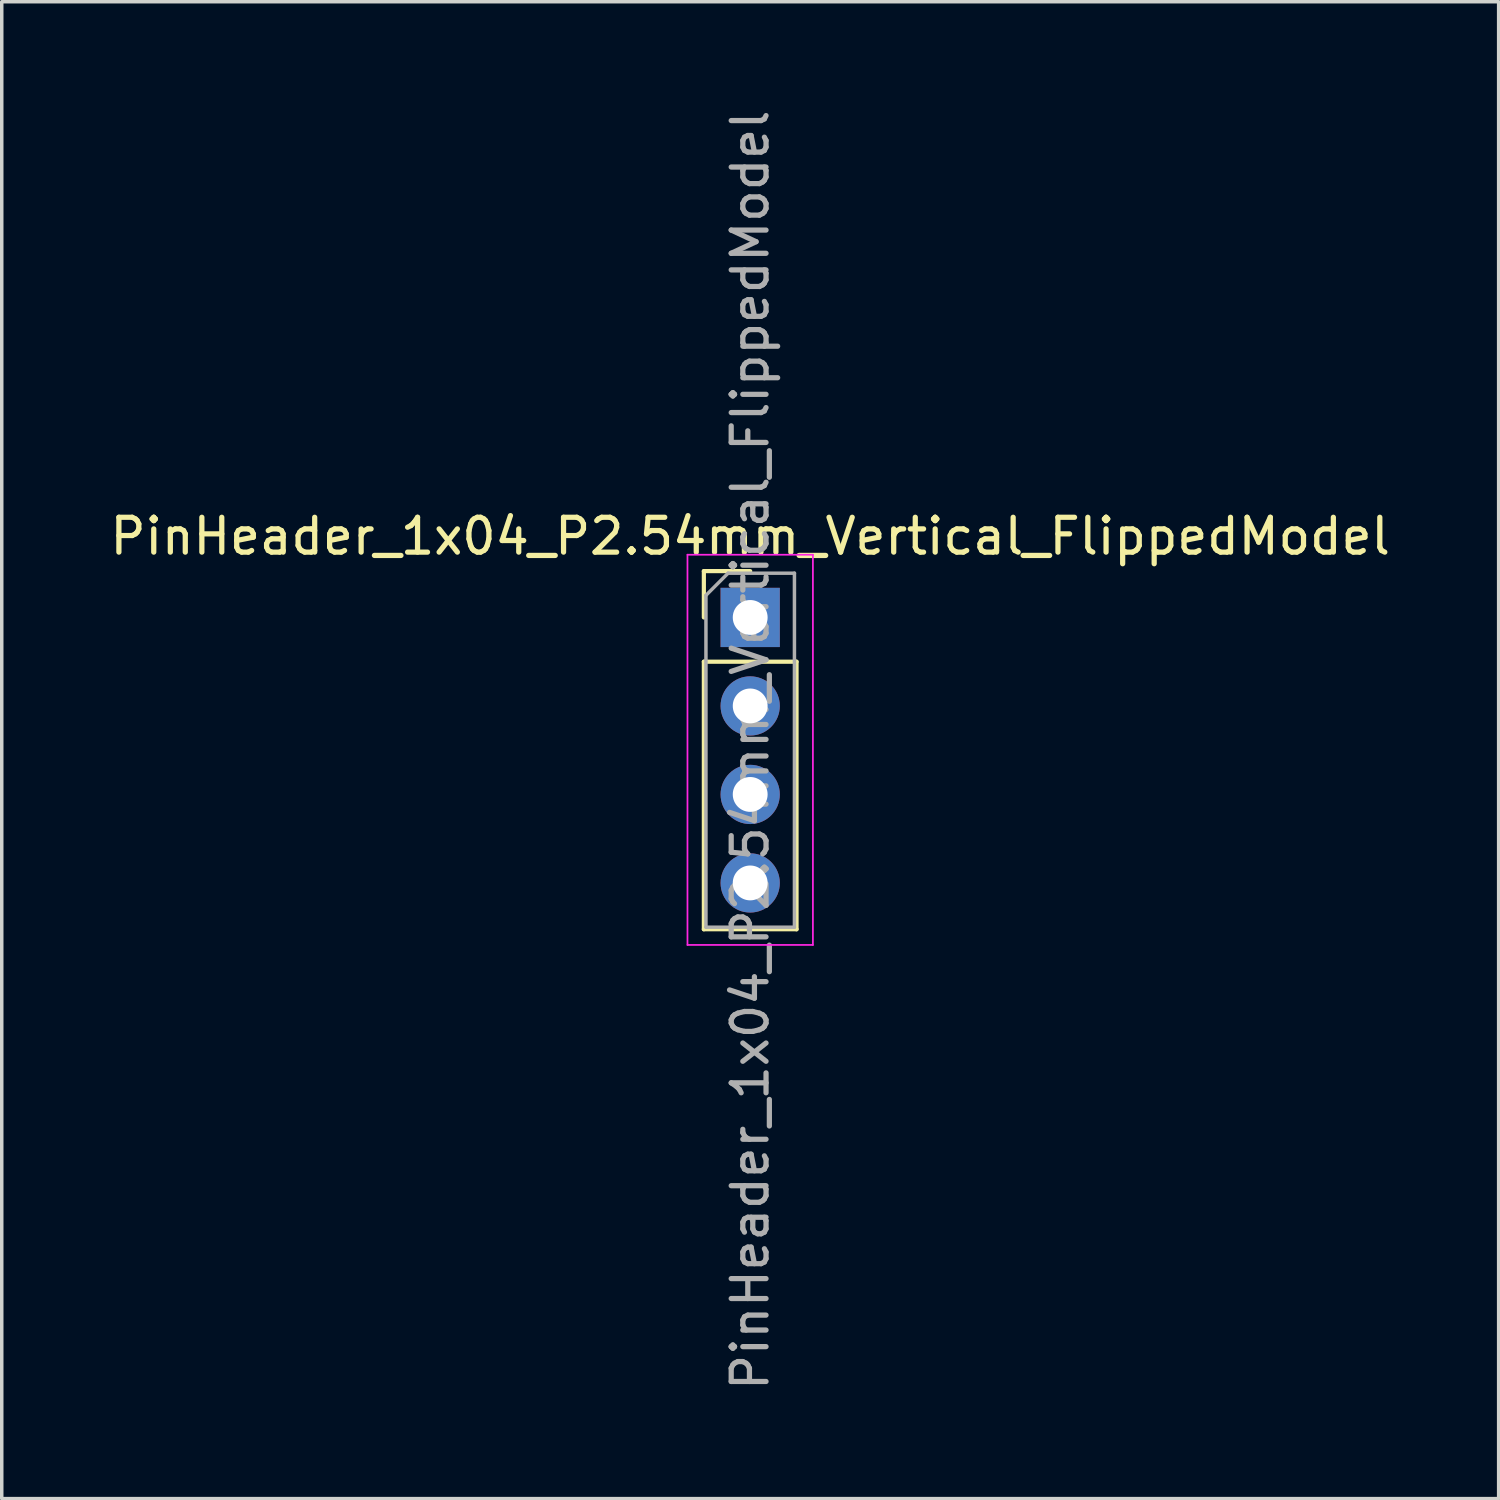
<source format=kicad_pcb>
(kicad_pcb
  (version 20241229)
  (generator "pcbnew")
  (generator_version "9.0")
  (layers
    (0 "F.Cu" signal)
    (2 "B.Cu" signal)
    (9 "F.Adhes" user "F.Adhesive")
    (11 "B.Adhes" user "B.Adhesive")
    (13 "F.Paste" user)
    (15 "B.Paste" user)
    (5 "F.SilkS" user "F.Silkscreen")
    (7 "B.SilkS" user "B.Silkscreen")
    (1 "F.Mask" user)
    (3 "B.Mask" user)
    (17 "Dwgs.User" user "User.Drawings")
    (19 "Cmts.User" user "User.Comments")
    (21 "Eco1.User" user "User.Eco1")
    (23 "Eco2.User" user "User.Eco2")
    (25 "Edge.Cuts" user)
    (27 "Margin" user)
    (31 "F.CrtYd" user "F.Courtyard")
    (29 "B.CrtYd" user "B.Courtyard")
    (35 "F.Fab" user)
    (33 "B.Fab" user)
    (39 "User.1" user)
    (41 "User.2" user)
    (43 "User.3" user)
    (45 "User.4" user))
  (footprint "PinHeader_1x04_P2.54mm_Vertical_FlippedModel"
    (layer "F.Cu")
    (at 18.482 14.672)
    (property "Reference" "PinHeader_1x04_P2.54mm_Vertical_FlippedModel" (at 0 -2.33 0) (layer "F.SilkS") (effects (font (size 1 1) (thickness 0.15))))
    (attr through_hole)
    (fp_line (start -1.33 -1.33) (end 0 -1.33) (stroke (width 0.12) (type solid)) (layer "F.SilkS"))
    (fp_line (start -1.33 0) (end -1.33 -1.33) (stroke (width 0.12) (type solid)) (layer "F.SilkS"))
    (fp_line (start -1.33 1.27) (end -1.33 8.95) (stroke (width 0.12) (type solid)) (layer "F.SilkS"))
    (fp_line (start -1.33 1.27) (end 1.33 1.27) (stroke (width 0.12) (type solid)) (layer "F.SilkS"))
    (fp_line (start -1.33 8.95) (end 1.33 8.95) (stroke (width 0.12) (type solid)) (layer "F.SilkS"))
    (fp_line (start 1.33 1.27) (end 1.33 8.95) (stroke (width 0.12) (type solid)) (layer "F.SilkS"))
    (fp_line (start -1.8 -1.8) (end -1.8 9.4) (stroke (width 0.05) (type solid)) (layer "F.CrtYd"))
    (fp_line (start -1.8 9.4) (end 1.8 9.4) (stroke (width 0.05) (type solid)) (layer "F.CrtYd"))
    (fp_line (start 1.8 -1.8) (end -1.8 -1.8) (stroke (width 0.05) (type solid)) (layer "F.CrtYd"))
    (fp_line (start 1.8 9.4) (end 1.8 -1.8) (stroke (width 0.05) (type solid)) (layer "F.CrtYd"))
    (fp_line (start -1.27 -0.635) (end -0.635 -1.27) (stroke (width 0.1) (type solid)) (layer "F.Fab"))
    (fp_line (start -1.27 8.89) (end -1.27 -0.635) (stroke (width 0.1) (type solid)) (layer "F.Fab"))
    (fp_line (start -0.635 -1.27) (end 1.27 -1.27) (stroke (width 0.1) (type solid)) (layer "F.Fab"))
    (fp_line (start 1.27 -1.27) (end 1.27 8.89) (stroke (width 0.1) (type solid)) (layer "F.Fab"))
    (fp_line (start 1.27 8.89) (end -1.27 8.89) (stroke (width 0.1) (type solid)) (layer "F.Fab"))
    (fp_text user "${REFERENCE}" (at 0 3.81 90) (layer "F.Fab") (effects (font (size 1 1) (thickness 0.15))))
    (pad "1" thru_hole rect (at 0 0) (size 1.7 1.7) (drill 1) (layers "*.Cu" "*.Mask"))
    (pad "2" thru_hole oval (at 0 2.54) (size 1.7 1.7) (drill 1) (layers "*.Cu" "*.Mask"))
    (pad "3" thru_hole oval (at 0 5.08) (size 1.7 1.7) (drill 1) (layers "*.Cu" "*.Mask"))
    (pad "4" thru_hole oval (at 0 7.62) (size 1.7 1.7) (drill 1) (layers "*.Cu" "*.Mask")))
  (gr_rect
    (start -3 -3)
    (end 39.964 39.964)
    (stroke (width 0.1) (type default))
    (fill no)
    (layer "Edge.Cuts")))
</source>
